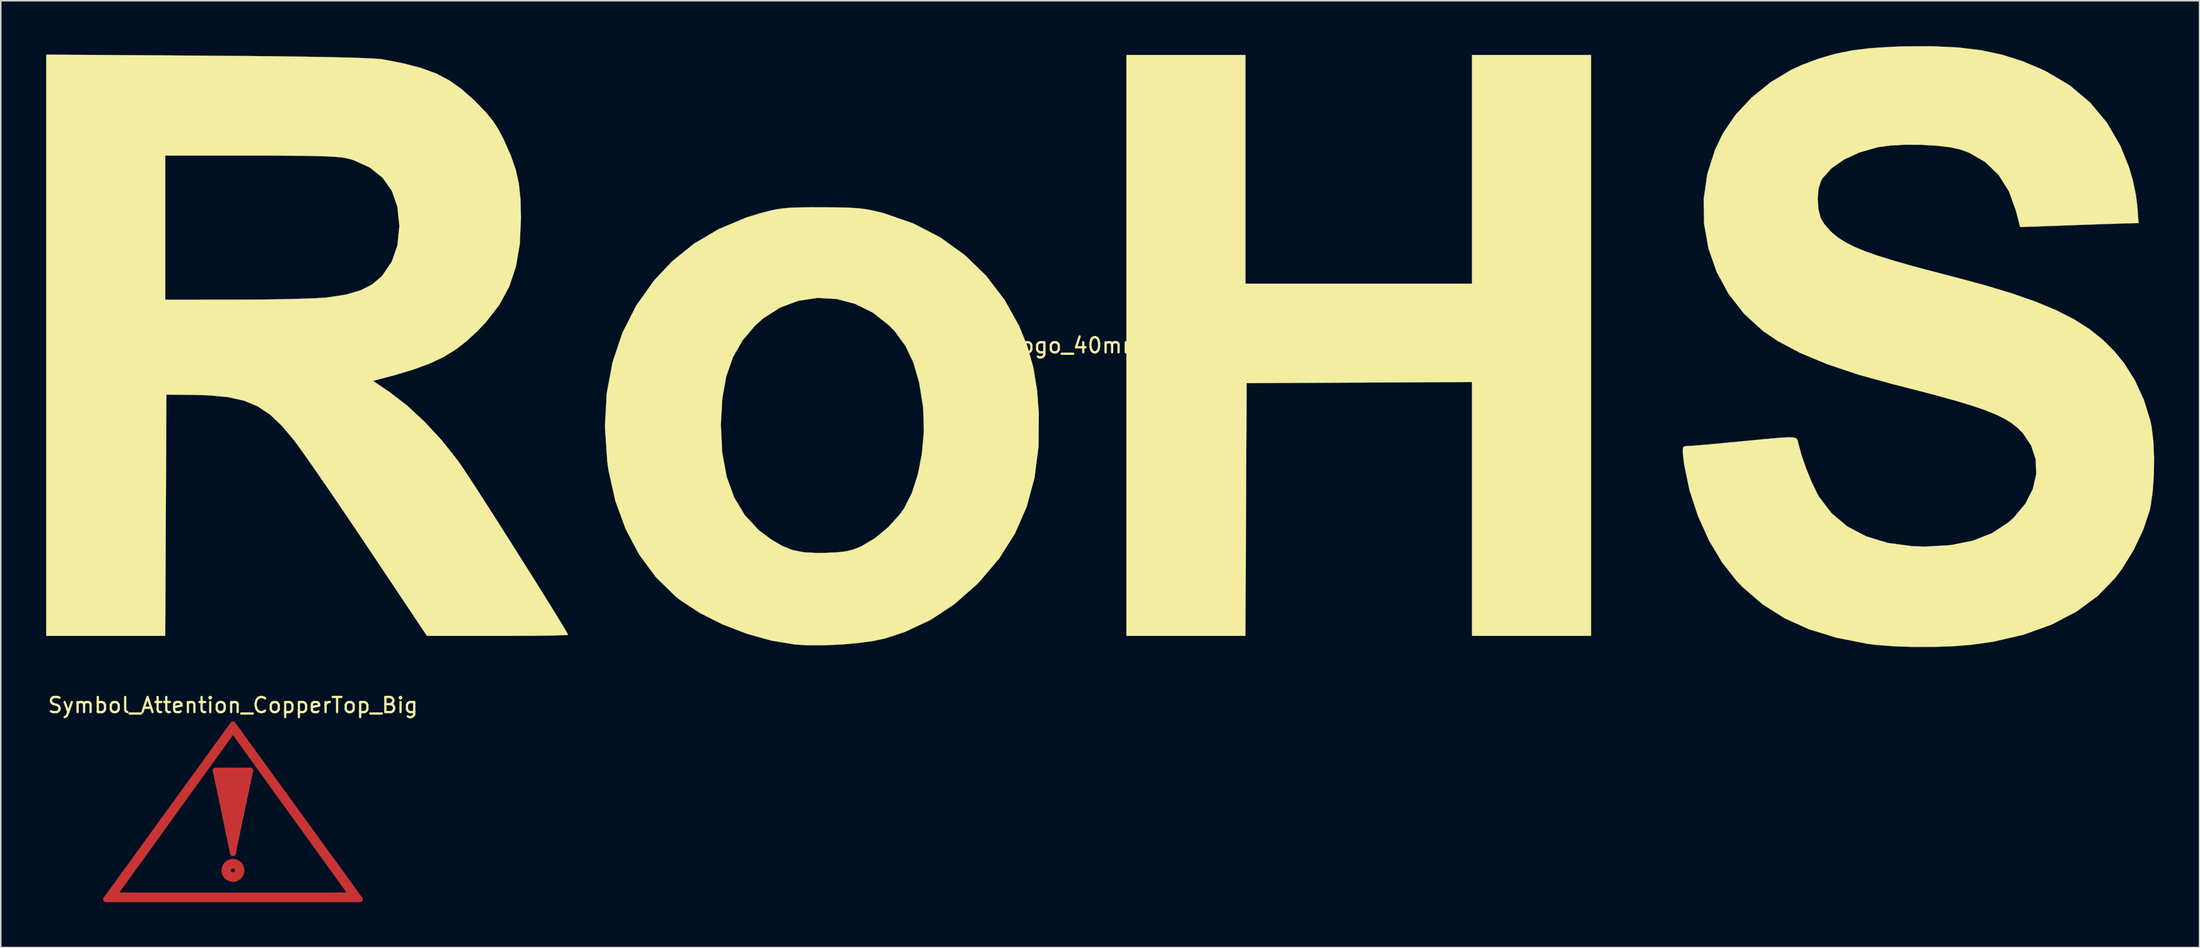
<source format=kicad_pcb>
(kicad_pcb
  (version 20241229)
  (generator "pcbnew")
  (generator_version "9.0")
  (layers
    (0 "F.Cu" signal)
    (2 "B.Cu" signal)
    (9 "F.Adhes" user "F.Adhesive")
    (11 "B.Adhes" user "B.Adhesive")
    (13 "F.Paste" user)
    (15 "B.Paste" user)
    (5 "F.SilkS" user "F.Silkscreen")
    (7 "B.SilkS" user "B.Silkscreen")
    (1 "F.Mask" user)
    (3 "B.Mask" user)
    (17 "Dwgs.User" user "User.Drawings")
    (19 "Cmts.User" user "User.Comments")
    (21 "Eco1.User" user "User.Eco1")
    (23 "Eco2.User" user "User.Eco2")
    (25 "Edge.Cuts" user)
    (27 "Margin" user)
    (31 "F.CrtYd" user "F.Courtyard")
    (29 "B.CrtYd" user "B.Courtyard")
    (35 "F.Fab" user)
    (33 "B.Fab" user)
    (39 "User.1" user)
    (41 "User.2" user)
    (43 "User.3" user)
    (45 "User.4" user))
  (footprint "Symbol_Attention_CopperTop_Big"
    (layer "F.Cu")
    (at 12.339 51.696)
    (property "Reference" "Symbol_Attention_CopperTop_Big" (at 0 -8.128 0) (layer "F.SilkS") (effects (font (size 1 1) (thickness 0.15))))
    (attr exclude_from_pos_files exclude_from_bom)
    (fp_line (start -8.382 4.699) (end 0 -6.858) (stroke (width 0.381) (type solid)) (layer "F.Cu"))
    (fp_line (start -7.874 4.445) (end 0 -6.477) (stroke (width 0.381) (type solid)) (layer "F.Cu"))
    (fp_line (start -1.143 -3.81) (end 0 -3.81) (stroke (width 0.381) (type solid)) (layer "F.Cu"))
    (fp_line (start -0.889 -3.556) (end -0.508 -2.159) (stroke (width 0.381) (type solid)) (layer "F.Cu"))
    (fp_line (start -0.508 -2.159) (end -0.635 -3.429) (stroke (width 0.381) (type solid)) (layer "F.Cu"))
    (fp_line (start -0.381 -3.556) (end -0.889 -3.556) (stroke (width 0.381) (type solid)) (layer "F.Cu"))
    (fp_line (start -0.381 -0.889) (end -0.381 -3.556) (stroke (width 0.381) (type solid)) (layer "F.Cu"))
    (fp_line (start -0.127 0.127) (end 0 -3.556) (stroke (width 0.381) (type solid)) (layer "F.Cu"))
    (fp_line (start 0 -6.858) (end 8.382 4.699) (stroke (width 0.381) (type solid)) (layer "F.Cu"))
    (fp_line (start 0 -6.477) (end 7.874 4.445) (stroke (width 0.381) (type solid)) (layer "F.Cu"))
    (fp_line (start 0 -3.81) (end 1.143 -3.81) (stroke (width 0.381) (type solid)) (layer "F.Cu"))
    (fp_line (start 0 -3.556) (end -0.381 -0.889) (stroke (width 0.381) (type solid)) (layer "F.Cu"))
    (fp_line (start 0 1.524) (end 0.381 -3.556) (stroke (width 0.381) (type solid)) (layer "F.Cu"))
    (fp_line (start 0 1.651) (end -1.143 -3.81) (stroke (width 0.381) (type solid)) (layer "F.Cu"))
    (fp_line (start 0 1.651) (end 0.762 -3.683) (stroke (width 0.381) (type solid)) (layer "F.Cu"))
    (fp_line (start 0.381 -3.556) (end -0.127 0.127) (stroke (width 0.381) (type solid)) (layer "F.Cu"))
    (fp_line (start 1.143 -3.81) (end 0 1.651) (stroke (width 0.381) (type solid)) (layer "F.Cu"))
    (fp_line (start 7.874 4.445) (end -7.874 4.445) (stroke (width 0.381) (type solid)) (layer "F.Cu"))
    (fp_line (start 8.382 4.699) (end -8.382 4.699) (stroke (width 0.381) (type solid)) (layer "F.Cu"))
    (fp_circle (center 0 2.794) (end 0 2.921) (stroke (width 0.381) (type solid)) (fill no) (layer "F.Cu"))
    (fp_circle (center 0 2.794) (end 0.127 2.921) (stroke (width 0.381) (type solid)) (fill no) (layer "F.Cu"))
    (fp_circle (center 0 2.794) (end 0.254 3.302) (stroke (width 0.381) (type solid)) (fill no) (layer "F.Cu")))
  (footprint "RoHS-Logo_40mm_SilkScreen"
    (layer "F.Cu")
    (at 69.704 19.785)
    (property "Reference" "RoHS-Logo_40mm_SilkScreen" (at 0 0 0) (layer "F.SilkS") (effects (font (size 1 1) (thickness 0.15))))
    (attr board_only exclude_from_pos_files exclude_from_bom allow_missing_courtyard)
    (fp_poly (pts (xy 9.525 -4.082) (xy 24.493 -4.082) (xy 24.493 -19.201) (xy 32.355 -19.201) (xy 32.355 19.201) (xy 24.493 19.201) (xy 24.493 2.416) (xy 9.601 2.495) (xy 9.522 19.201) (xy 1.663 19.201) (xy 1.663 -19.201) (xy 9.525 -19.201) (xy 9.525 -4.082)) (stroke (width 0.01) (type solid)) (fill yes) (layer "F.SilkS"))
    (fp_poly (pts (xy -18.445 -9.132) (xy -17.436 -9.125) (xy -16.658 -9.106) (xy -16.041 -9.066) (xy -15.514 -9) (xy -15.006 -8.901) (xy -14.447 -8.762) (xy -14.353 -8.737) (xy -12.419 -8.065) (xy -10.635 -7.14) (xy -9.022 -5.979) (xy -7.599 -4.597) (xy -6.387 -3.012) (xy -5.434 -1.302) (xy -4.88 0.057) (xy -4.489 1.453) (xy -4.242 2.971) (xy -4.128 4.476) (xy -4.147 6.701) (xy -4.412 8.758) (xy -4.927 10.661) (xy -5.698 12.426) (xy -6.732 14.068) (xy -8.033 15.603) (xy -8.233 15.806) (xy -9.709 17.11) (xy -11.273 18.144) (xy -12.977 18.94) (xy -14.238 19.359) (xy -15.027 19.531) (xy -16.025 19.67) (xy -17.142 19.769) (xy -18.285 19.822) (xy -19.365 19.823) (xy -20.216 19.773) (xy -21.794 19.513) (xy -23.421 19.059) (xy -25.017 18.443) (xy -26.5 17.698) (xy -27.791 16.856) (xy -28.134 16.585) (xy -29.425 15.319) (xy -30.524 13.834) (xy -31.418 12.152) (xy -32.097 10.296) (xy -32.548 8.29) (xy -32.641 7.635) (xy -32.791 5.346) (xy -32.788 5.292) (xy -25.132 5.292) (xy -25.04 7.093) (xy -24.749 8.675) (xy -24.252 10.048) (xy -23.545 11.224) (xy -22.623 12.214) (xy -21.771 12.851) (xy -21.063 13.26) (xy -20.397 13.526) (xy -19.679 13.672) (xy -18.812 13.72) (xy -18.218 13.713) (xy -17.441 13.678) (xy -16.865 13.611) (xy -16.39 13.493) (xy -15.917 13.306) (xy -15.842 13.272) (xy -14.947 12.74) (xy -14.069 12.008) (xy -13.309 11.168) (xy -13.02 10.757) (xy -12.511 9.746) (xy -12.117 8.522) (xy -11.851 7.161) (xy -11.725 5.735) (xy -11.755 4.319) (xy -11.789 3.967) (xy -12.036 2.435) (xy -12.411 1.142) (xy -12.932 0.043) (xy -13.618 -0.904) (xy -13.994 -1.3) (xy -15.066 -2.152) (xy -16.244 -2.742) (xy -17.489 -3.072) (xy -18.761 -3.141) (xy -20.02 -2.95) (xy -21.226 -2.498) (xy -22.34 -1.785) (xy -22.883 -1.298) (xy -23.711 -0.313) (xy -24.338 0.792) (xy -24.776 2.054) (xy -25.036 3.505) (xy -25.131 5.18) (xy -25.132 5.292) (xy -32.788 5.292) (xy -32.671 3.164) (xy -32.285 1.101) (xy -31.636 -0.834) (xy -30.726 -2.629) (xy -29.561 -4.273) (xy -28.369 -5.547) (xy -26.922 -6.716) (xy -25.268 -7.694) (xy -23.455 -8.456) (xy -22.59 -8.724) (xy -22.012 -8.878) (xy -21.515 -8.988) (xy -21.027 -9.061) (xy -20.479 -9.105) (xy -19.801 -9.127) (xy -18.922 -9.133) (xy -18.445 -9.132)) (stroke (width 0.01) (type solid)) (fill yes) (layer "F.SilkS"))
    (fp_poly (pts (xy -59.078 -19.153) (xy -56.703 -19.135) (xy -54.581 -19.113) (xy -52.719 -19.089) (xy -51.124 -19.061) (xy -49.802 -19.031) (xy -48.761 -18.997) (xy -48.007 -18.962) (xy -47.546 -18.923) (xy -47.474 -18.913) (xy -46.07 -18.639) (xy -44.909 -18.334) (xy -43.93 -17.971) (xy -43.074 -17.522) (xy -42.279 -16.961) (xy -41.486 -16.259) (xy -41.317 -16.094) (xy -40.681 -15.437) (xy -40.211 -14.871) (xy -39.836 -14.301) (xy -39.487 -13.633) (xy -39.468 -13.593) (xy -39.008 -12.555) (xy -38.686 -11.629) (xy -38.481 -10.716) (xy -38.373 -9.714) (xy -38.338 -8.525) (xy -38.338 -8.391) (xy -38.417 -6.698) (xy -38.668 -5.217) (xy -39.108 -3.899) (xy -39.758 -2.695) (xy -40.635 -1.557) (xy -41.185 -0.976) (xy -41.924 -0.29) (xy -42.663 0.283) (xy -43.457 0.769) (xy -44.359 1.194) (xy -45.421 1.586) (xy -46.698 1.971) (xy -47.604 2.212) (xy -48.112 2.343) (xy -46.999 3.097) (xy -45.867 3.967) (xy -44.7 5.05) (xy -43.567 6.275) (xy -42.538 7.574) (xy -42.386 7.786) (xy -42.126 8.168) (xy -41.748 8.74) (xy -41.273 9.471) (xy -40.72 10.329) (xy -40.11 11.283) (xy -39.462 12.301) (xy -38.796 13.352) (xy -38.133 14.403) (xy -37.491 15.423) (xy -36.892 16.381) (xy -36.355 17.245) (xy -35.9 17.984) (xy -35.547 18.564) (xy -35.317 18.956) (xy -35.228 19.127) (xy -35.227 19.13) (xy -35.372 19.148) (xy -35.784 19.164) (xy -36.424 19.178) (xy -37.258 19.189) (xy -38.248 19.197) (xy -39.358 19.201) (xy -39.888 19.201) (xy -44.548 19.201) (xy -48.411 13.418) (xy -49.243 12.176) (xy -50.062 10.964) (xy -50.844 9.815) (xy -51.566 8.762) (xy -52.206 7.839) (xy -52.74 7.079) (xy -53.145 6.516) (xy -53.33 6.269) (xy -54.132 5.314) (xy -54.911 4.577) (xy -55.724 4.033) (xy -56.627 3.655) (xy -57.675 3.42) (xy -58.925 3.3) (xy -59.863 3.272) (xy -61.761 3.251) (xy -61.8 11.226) (xy -61.84 19.201) (xy -69.699 19.201) (xy -69.699 -12.549) (xy -61.837 -12.549) (xy -61.837 -3.024) (xy -57.112 -3.025) (xy -55.872 -3.03) (xy -54.665 -3.045) (xy -53.54 -3.067) (xy -52.551 -3.095) (xy -51.747 -3.129) (xy -51.18 -3.166) (xy -51.066 -3.178) (xy -49.876 -3.367) (xy -48.931 -3.642) (xy -48.181 -4.024) (xy -47.577 -4.533) (xy -47.487 -4.632) (xy -46.868 -5.549) (xy -46.499 -6.616) (xy -46.374 -7.85) (xy -46.374 -7.938) (xy -46.503 -9.173) (xy -46.869 -10.221) (xy -47.473 -11.081) (xy -48.315 -11.757) (xy -49.396 -12.247) (xy -49.595 -12.309) (xy -49.852 -12.373) (xy -50.173 -12.425) (xy -50.59 -12.466) (xy -51.134 -12.497) (xy -51.836 -12.519) (xy -52.729 -12.535) (xy -53.842 -12.544) (xy -55.209 -12.548) (xy -56.119 -12.549) (xy -61.837 -12.549) (xy -69.699 -12.549) (xy -69.699 -19.223) (xy -59.078 -19.153)) (stroke (width 0.01) (type solid)) (fill yes) (layer "F.SilkS"))
    (fp_poly (pts (xy 56.578 -19.7) (xy 58.106 -19.517) (xy 59.507 -19.22) (xy 60.832 -18.802) (xy 62.137 -18.252) (xy 62.425 -18.113) (xy 63.982 -17.191) (xy 65.316 -16.067) (xy 66.429 -14.737) (xy 67.324 -13.198) (xy 67.902 -11.764) (xy 68.147 -10.911) (xy 68.338 -10.009) (xy 68.438 -9.262) (xy 68.528 -8.089) (xy 68.093 -8.08) (xy 67.819 -8.073) (xy 67.293 -8.056) (xy 66.564 -8.032) (xy 65.681 -8.002) (xy 64.693 -7.967) (xy 64.18 -7.949) (xy 60.703 -7.826) (xy 60.428 -8.895) (xy 59.964 -10.18) (xy 59.292 -11.253) (xy 58.419 -12.106) (xy 57.355 -12.73) (xy 56.772 -12.946) (xy 56.072 -13.1) (xy 55.166 -13.206) (xy 54.145 -13.263) (xy 53.104 -13.267) (xy 52.133 -13.216) (xy 51.325 -13.108) (xy 51.267 -13.096) (xy 50.092 -12.758) (xy 49.069 -12.288) (xy 48.242 -11.712) (xy 47.656 -11.058) (xy 47.536 -10.855) (xy 47.383 -10.347) (xy 47.33 -9.684) (xy 47.378 -8.998) (xy 47.527 -8.422) (xy 47.527 -8.422) (xy 47.766 -8.026) (xy 48.136 -7.591) (xy 48.316 -7.419) (xy 48.712 -7.105) (xy 49.175 -6.811) (xy 49.733 -6.527) (xy 50.416 -6.242) (xy 51.254 -5.945) (xy 52.277 -5.625) (xy 53.515 -5.272) (xy 54.998 -4.875) (xy 56.243 -4.553) (xy 58.335 -3.991) (xy 60.155 -3.443) (xy 61.729 -2.893) (xy 63.087 -2.327) (xy 64.257 -1.731) (xy 65.267 -1.091) (xy 66.146 -0.392) (xy 66.92 0.379) (xy 67.558 1.154) (xy 68.283 2.303) (xy 68.883 3.619) (xy 69.303 4.974) (xy 69.383 5.357) (xy 69.5 6.301) (xy 69.55 7.405) (xy 69.535 8.564) (xy 69.457 9.676) (xy 69.319 10.635) (xy 69.25 10.943) (xy 68.821 12.218) (xy 68.194 13.535) (xy 67.431 14.775) (xy 66.989 15.364) (xy 65.82 16.569) (xy 64.414 17.601) (xy 62.784 18.453) (xy 60.944 19.118) (xy 58.908 19.589) (xy 57.484 19.79) (xy 56.31 19.882) (xy 55 19.929) (xy 53.651 19.93) (xy 52.356 19.887) (xy 51.211 19.8) (xy 50.649 19.73) (xy 48.582 19.325) (xy 46.753 18.763) (xy 45.13 18.03) (xy 43.684 17.111) (xy 42.386 15.993) (xy 41.987 15.581) (xy 41.011 14.344) (xy 40.144 12.885) (xy 39.418 11.275) (xy 38.862 9.585) (xy 38.509 7.884) (xy 38.463 7.522) (xy 38.414 7.034) (xy 38.425 6.774) (xy 38.518 6.671) (xy 38.713 6.652) (xy 38.723 6.652) (xy 38.979 6.638) (xy 39.484 6.598) (xy 40.187 6.538) (xy 41.037 6.46) (xy 41.981 6.371) (xy 42.182 6.352) (xy 43.342 6.239) (xy 44.236 6.155) (xy 44.9 6.1) (xy 45.37 6.075) (xy 45.68 6.081) (xy 45.867 6.12) (xy 45.965 6.192) (xy 46.011 6.298) (xy 46.04 6.44) (xy 46.045 6.463) (xy 46.253 7.232) (xy 46.559 8.118) (xy 46.917 9) (xy 47.279 9.758) (xy 47.422 10.011) (xy 48.246 11.093) (xy 49.283 11.963) (xy 50.525 12.619) (xy 51.966 13.057) (xy 53.599 13.275) (xy 54.429 13.3) (xy 56.115 13.202) (xy 57.582 12.907) (xy 58.846 12.408) (xy 59.919 11.703) (xy 60.295 11.365) (xy 61.046 10.462) (xy 61.538 9.497) (xy 61.767 8.507) (xy 61.729 7.529) (xy 61.421 6.599) (xy 60.885 5.806) (xy 60.548 5.462) (xy 60.155 5.147) (xy 59.678 4.851) (xy 59.089 4.562) (xy 58.36 4.27) (xy 57.464 3.965) (xy 56.374 3.637) (xy 55.06 3.274) (xy 53.496 2.866) (xy 52.358 2.578) (xy 50.01 1.931) (xy 47.947 1.236) (xy 46.174 0.496) (xy 44.694 -0.288) (xy 43.721 -0.948) (xy 42.464 -2.095) (xy 41.439 -3.411) (xy 40.652 -4.86) (xy 40.112 -6.41) (xy 39.824 -8.027) (xy 39.796 -9.675) (xy 40.034 -11.323) (xy 40.545 -12.936) (xy 41.067 -14.021) (xy 41.899 -15.246) (xy 42.97 -16.39) (xy 44.218 -17.399) (xy 45.58 -18.219) (xy 46.298 -18.547) (xy 47.409 -18.963) (xy 48.479 -19.275) (xy 49.586 -19.5) (xy 50.805 -19.651) (xy 52.213 -19.741) (xy 52.919 -19.766) (xy 54.866 -19.78) (xy 56.578 -19.7)) (stroke (width 0.01) (type solid)) (fill yes) (layer "F.SilkS")))
  (gr_rect
    (start -3 -3)
    (end 142.259 59.586)
    (stroke (width 0.1) (type default))
    (fill no)
    (layer "Edge.Cuts")))
</source>
